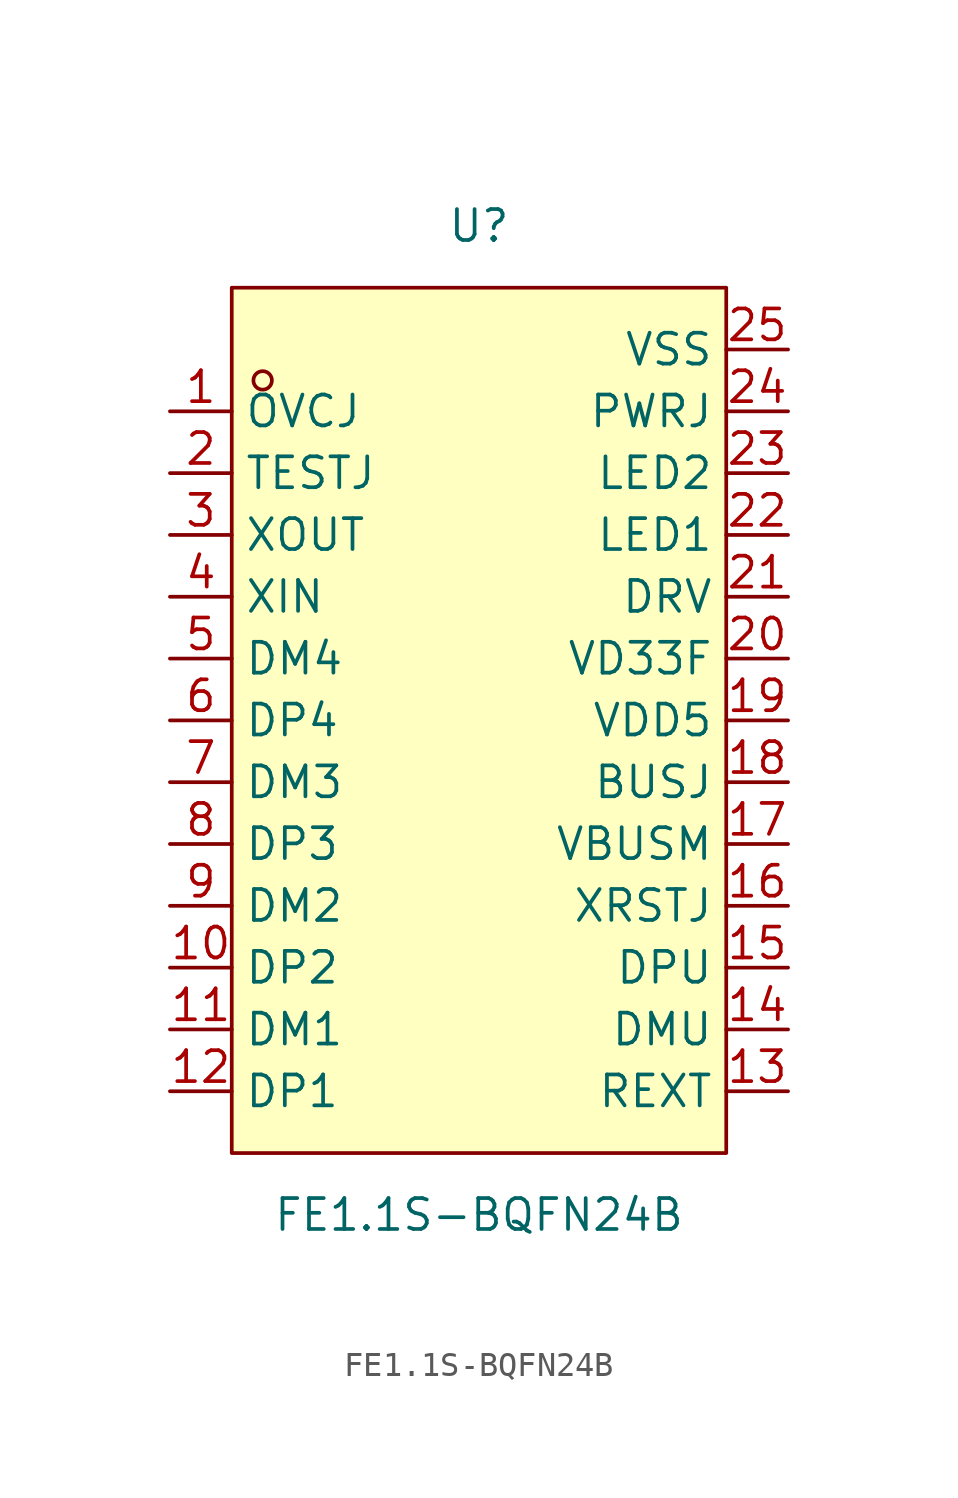
<source format=kicad_sym>
(kicad_symbol_lib
  (version 20211014)
  (generator https://github.com/uPesy/easyeda2kicad.py)
  (symbol "FE1.1S-BQFN24B"
    (property "Reference" "U"
      (at 0 20.32 0)
      (effects (font (size 1.27 1.27))))
    (property "Value" "FE1.1S-BQFN24B"
      (at 0 -20.32 0)
      (effects (font (size 1.27 1.27))))
    (symbol "FE1.1S-BQFN24B_0_1"
      (rectangle (start -10.16 17.78) (end 10.16 -17.78) (stroke (width 0) (type default) (color 0 0 0 0)) (fill (type background)))
      (circle (center -8.89 13.97) (radius 0.38) (stroke (width 0) (type default) (color 0 0 0 0)) (fill (type none)))
      (pin unspecified line (at -12.70 12.70 0) (length 2.54) (name "OVCJ" (effects (font (size 1.27 1.27)))) (number "1" (effects (font (size 1.27 1.27)))))
      (pin unspecified line (at -12.70 10.16 0) (length 2.54) (name "TESTJ" (effects (font (size 1.27 1.27)))) (number "2" (effects (font (size 1.27 1.27)))))
      (pin unspecified line (at -12.70 7.62 0) (length 2.54) (name "XOUT" (effects (font (size 1.27 1.27)))) (number "3" (effects (font (size 1.27 1.27)))))
      (pin unspecified line (at -12.70 5.08 0) (length 2.54) (name "XIN" (effects (font (size 1.27 1.27)))) (number "4" (effects (font (size 1.27 1.27)))))
      (pin unspecified line (at -12.70 2.54 0) (length 2.54) (name "DM4" (effects (font (size 1.27 1.27)))) (number "5" (effects (font (size 1.27 1.27)))))
      (pin unspecified line (at -12.70 -0.00 0) (length 2.54) (name "DP4" (effects (font (size 1.27 1.27)))) (number "6" (effects (font (size 1.27 1.27)))))
      (pin unspecified line (at -12.70 -2.54 0) (length 2.54) (name "DM3" (effects (font (size 1.27 1.27)))) (number "7" (effects (font (size 1.27 1.27)))))
      (pin unspecified line (at -12.70 -5.08 0) (length 2.54) (name "DP3" (effects (font (size 1.27 1.27)))) (number "8" (effects (font (size 1.27 1.27)))))
      (pin unspecified line (at -12.70 -7.62 0) (length 2.54) (name "DM2" (effects (font (size 1.27 1.27)))) (number "9" (effects (font (size 1.27 1.27)))))
      (pin unspecified line (at -12.70 -10.16 0) (length 2.54) (name "DP2" (effects (font (size 1.27 1.27)))) (number "10" (effects (font (size 1.27 1.27)))))
      (pin unspecified line (at -12.70 -12.70 0) (length 2.54) (name "DM1" (effects (font (size 1.27 1.27)))) (number "11" (effects (font (size 1.27 1.27)))))
      (pin unspecified line (at -12.70 -15.24 0) (length 2.54) (name "DP1" (effects (font (size 1.27 1.27)))) (number "12" (effects (font (size 1.27 1.27)))))
      (pin unspecified line (at 12.70 -15.24 180) (length 2.54) (name "REXT" (effects (font (size 1.27 1.27)))) (number "13" (effects (font (size 1.27 1.27)))))
      (pin unspecified line (at 12.70 -12.70 180) (length 2.54) (name "DMU" (effects (font (size 1.27 1.27)))) (number "14" (effects (font (size 1.27 1.27)))))
      (pin unspecified line (at 12.70 -10.16 180) (length 2.54) (name "DPU" (effects (font (size 1.27 1.27)))) (number "15" (effects (font (size 1.27 1.27)))))
      (pin unspecified line (at 12.70 -7.62 180) (length 2.54) (name "XRSTJ" (effects (font (size 1.27 1.27)))) (number "16" (effects (font (size 1.27 1.27)))))
      (pin unspecified line (at 12.70 -5.08 180) (length 2.54) (name "VBUSM" (effects (font (size 1.27 1.27)))) (number "17" (effects (font (size 1.27 1.27)))))
      (pin unspecified line (at 12.70 -2.54 180) (length 2.54) (name "BUSJ" (effects (font (size 1.27 1.27)))) (number "18" (effects (font (size 1.27 1.27)))))
      (pin unspecified line (at 12.70 -0.00 180) (length 2.54) (name "VDD5" (effects (font (size 1.27 1.27)))) (number "19" (effects (font (size 1.27 1.27)))))
      (pin unspecified line (at 12.70 2.54 180) (length 2.54) (name "VD33F" (effects (font (size 1.27 1.27)))) (number "20" (effects (font (size 1.27 1.27)))))
      (pin unspecified line (at 12.70 5.08 180) (length 2.54) (name "DRV" (effects (font (size 1.27 1.27)))) (number "21" (effects (font (size 1.27 1.27)))))
      (pin unspecified line (at 12.70 7.62 180) (length 2.54) (name "LED1" (effects (font (size 1.27 1.27)))) (number "22" (effects (font (size 1.27 1.27)))))
      (pin unspecified line (at 12.70 10.16 180) (length 2.54) (name "LED2" (effects (font (size 1.27 1.27)))) (number "23" (effects (font (size 1.27 1.27)))))
      (pin unspecified line (at 12.70 12.70 180) (length 2.54) (name "PWRJ" (effects (font (size 1.27 1.27)))) (number "24" (effects (font (size 1.27 1.27)))))
      (pin unspecified line (at 12.70 15.24 180) (length 2.54) (name "VSS" (effects (font (size 1.27 1.27)))) (number "25" (effects (font (size 1.27 1.27))))))))
</source>
